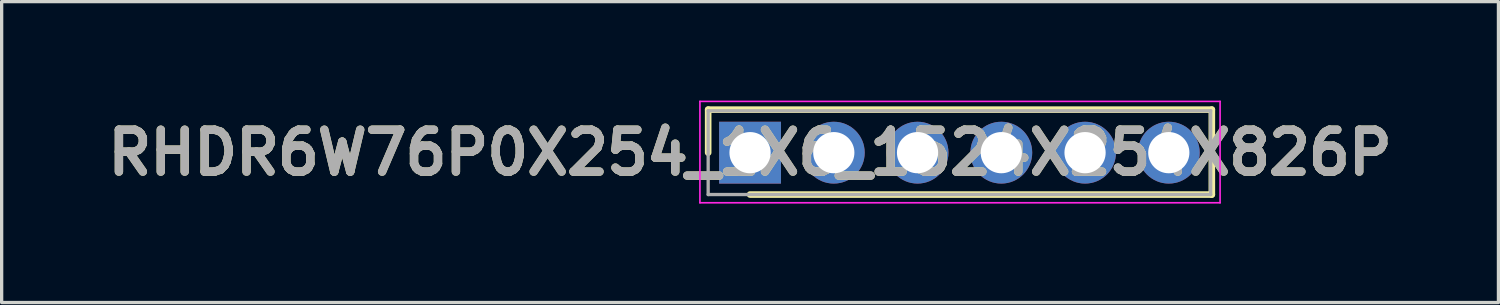
<source format=kicad_pcb>
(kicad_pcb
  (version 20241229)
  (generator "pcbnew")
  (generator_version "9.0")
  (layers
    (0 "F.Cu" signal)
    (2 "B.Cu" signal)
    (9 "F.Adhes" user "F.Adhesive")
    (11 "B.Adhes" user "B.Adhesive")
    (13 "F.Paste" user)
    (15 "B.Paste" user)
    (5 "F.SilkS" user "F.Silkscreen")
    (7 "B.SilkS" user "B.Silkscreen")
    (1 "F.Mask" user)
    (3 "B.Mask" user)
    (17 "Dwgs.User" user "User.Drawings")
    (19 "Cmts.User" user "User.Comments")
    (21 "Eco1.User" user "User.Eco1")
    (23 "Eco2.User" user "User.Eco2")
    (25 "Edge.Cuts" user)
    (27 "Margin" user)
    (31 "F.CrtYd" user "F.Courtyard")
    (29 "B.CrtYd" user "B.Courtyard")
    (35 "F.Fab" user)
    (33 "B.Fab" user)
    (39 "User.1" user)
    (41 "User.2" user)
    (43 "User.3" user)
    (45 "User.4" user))
  (footprint "RHDR6W76P0X254_1X6_1524X254X826P"
    (layer "F.Cu")
    (at 19.697 1.58)
    (property "Reference" "RHDR6W76P0X254_1X6_1524X254X826P" (at 0 0 0) (layer "F.SilkS") (effects (font (size 1.27 1.27) (thickness 0.254))))
    (attr through_hole)
    (fp_line (start -1.27 -1.305) (end -1.27 0) (stroke (width 0.2) (type solid)) (layer "F.SilkS"))
    (fp_line (start 0 1.27) (end 14.005 1.27) (stroke (width 0.2) (type solid)) (layer "F.SilkS"))
    (fp_line (start 14.005 -1.305) (end -1.27 -1.305) (stroke (width 0.2) (type solid)) (layer "F.SilkS"))
    (fp_line (start 14.005 1.27) (end 14.005 -1.305) (stroke (width 0.2) (type solid)) (layer "F.SilkS"))
    (fp_line (start -1.52 -1.555) (end 14.255 -1.555) (stroke (width 0.05) (type solid)) (layer "F.CrtYd"))
    (fp_line (start -1.52 1.52) (end -1.52 -1.555) (stroke (width 0.05) (type solid)) (layer "F.CrtYd"))
    (fp_line (start 14.255 -1.555) (end 14.255 1.52) (stroke (width 0.05) (type solid)) (layer "F.CrtYd"))
    (fp_line (start 14.255 1.52) (end -1.52 1.52) (stroke (width 0.05) (type solid)) (layer "F.CrtYd"))
    (fp_line (start -1.27 -1.27) (end 13.97 -1.27) (stroke (width 0.1) (type solid)) (layer "F.Fab"))
    (fp_line (start -1.27 1.27) (end -1.27 -1.27) (stroke (width 0.1) (type solid)) (layer "F.Fab"))
    (fp_line (start 13.97 -1.27) (end 13.97 1.27) (stroke (width 0.1) (type solid)) (layer "F.Fab"))
    (fp_line (start 13.97 1.27) (end -1.27 1.27) (stroke (width 0.1) (type solid)) (layer "F.Fab"))
    (fp_text user "${REFERENCE}" (at 0 0 0) (layer "F.Fab") (effects (font (size 1.27 1.27) (thickness 0.254))))
    (pad "1" thru_hole rect (at 0 0) (size 1.875 1.875) (drill 1.25) (layers "*.Cu" "*.Mask"))
    (pad "2" thru_hole circle (at 2.54 0) (size 1.875 1.875) (drill 1.25) (layers "*.Cu" "*.Mask"))
    (pad "3" thru_hole circle (at 5.08 0) (size 1.875 1.875) (drill 1.25) (layers "*.Cu" "*.Mask"))
    (pad "4" thru_hole circle (at 7.62 0) (size 1.875 1.875) (drill 1.25) (layers "*.Cu" "*.Mask"))
    (pad "5" thru_hole circle (at 10.16 0) (size 1.875 1.875) (drill 1.25) (layers "*.Cu" "*.Mask"))
    (pad "6" thru_hole circle (at 12.7 0) (size 1.875 1.875) (drill 1.25) (layers "*.Cu" "*.Mask")))
  (gr_rect
    (start -3 -3)
    (end 42.394 6.125)
    (stroke (width 0.1) (type default))
    (fill no)
    (layer "Edge.Cuts")))
</source>
